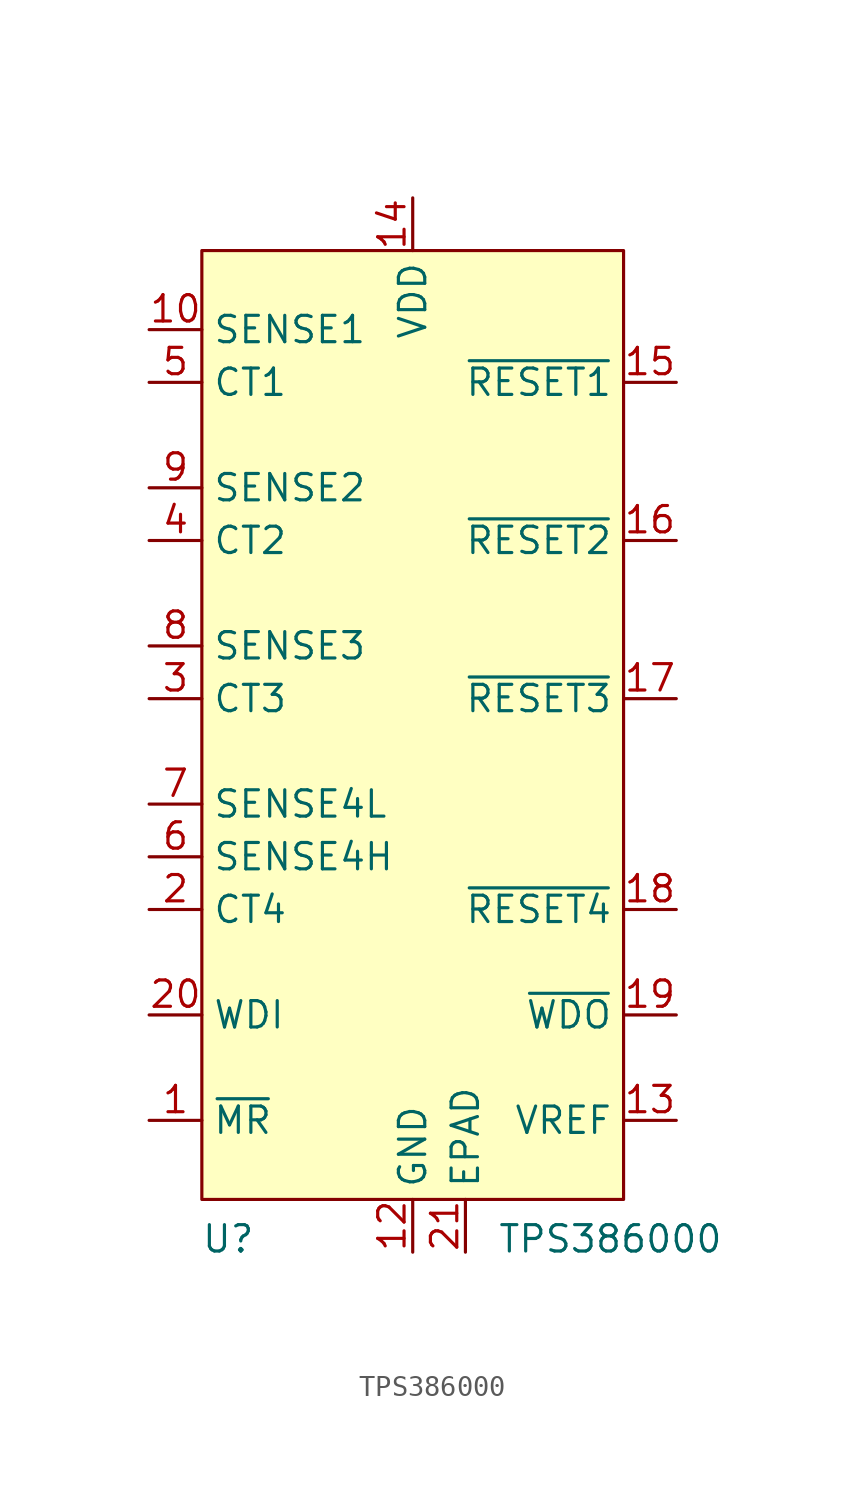
<source format=kicad_sym>
(kicad_symbol_lib
  (version 20231120)
  (generator "kicad_symbol_editor")
  (generator_version "8.0")
  (symbol "TPS386000"
    (property "Reference" "U"
      (at -8.89 -24.765 0)
      (effects (font (size 1.27 1.27))))
    (property "Value" "TPS386000"
      (at 9.525 -24.765 0)
      (effects (font (size 1.27 1.27))))
    (symbol "TPS386000_0_0"
      (pin input line (at -12.7 -19.05 0) (length 2.54) (name "~{MR}" (effects (font (size 1.27 1.27)))) (number "1" (effects (font (size 1.27 1.27)))))
      (pin input line (at -12.7 19.05 0) (length 2.54) (name "SENSE1" (effects (font (size 1.27 1.27)))) (number "10" (effects (font (size 1.27 1.27)))))
      (pin no_connect line (at -2.54 -22.86 90) (length 2.54) hide (name "NC" (effects (font (size 1.27 1.27)))) (number "11" (effects (font (size 1.27 1.27)))))
      (pin power_in line (at 0 -25.4 90) (length 2.54) (name "GND" (effects (font (size 1.27 1.27)))) (number "12" (effects (font (size 1.27 1.27)))))
      (pin output line (at 12.7 -19.05 180) (length 2.54) (name "VREF" (effects (font (size 1.27 1.27)))) (number "13" (effects (font (size 1.27 1.27)))))
      (pin power_in line (at 0 25.4 270) (length 2.54) (name "VDD" (effects (font (size 1.27 1.27)))) (number "14" (effects (font (size 1.27 1.27)))))
      (pin open_collector line (at 12.7 16.51 180) (length 2.54) (name "~{RESET1}" (effects (font (size 1.27 1.27)))) (number "15" (effects (font (size 1.27 1.27)))))
      (pin open_collector line (at 12.7 8.89 180) (length 2.54) (name "~{RESET2}" (effects (font (size 1.27 1.27)))) (number "16" (effects (font (size 1.27 1.27)))))
      (pin open_collector line (at 12.7 1.27 180) (length 2.54) (name "~{RESET3}" (effects (font (size 1.27 1.27)))) (number "17" (effects (font (size 1.27 1.27)))))
      (pin open_collector line (at 12.7 -8.89 180) (length 2.54) (name "~{RESET4}" (effects (font (size 1.27 1.27)))) (number "18" (effects (font (size 1.27 1.27)))))
      (pin open_collector line (at 12.7 -13.97 180) (length 2.54) (name "~{WDO}" (effects (font (size 1.27 1.27)))) (number "19" (effects (font (size 1.27 1.27)))))
      (pin passive line (at -12.7 -8.89 0) (length 2.54) (name "CT4" (effects (font (size 1.27 1.27)))) (number "2" (effects (font (size 1.27 1.27)))))
      (pin input line (at -12.7 -13.97 0) (length 2.54) (name "WDI" (effects (font (size 1.27 1.27)))) (number "20" (effects (font (size 1.27 1.27)))))
      (pin passive line (at 2.54 -25.4 90) (length 2.54) (name "EPAD" (effects (font (size 1.27 1.27)))) (number "21" (effects (font (size 1.27 1.27)))))
      (pin passive line (at -12.7 1.27 0) (length 2.54) (name "CT3" (effects (font (size 1.27 1.27)))) (number "3" (effects (font (size 1.27 1.27)))))
      (pin passive line (at -12.7 8.89 0) (length 2.54) (name "CT2" (effects (font (size 1.27 1.27)))) (number "4" (effects (font (size 1.27 1.27)))))
      (pin passive line (at -12.7 16.51 0) (length 2.54) (name "CT1" (effects (font (size 1.27 1.27)))) (number "5" (effects (font (size 1.27 1.27)))))
      (pin input line (at -12.7 -6.35 0) (length 2.54) (name "SENSE4H" (effects (font (size 1.27 1.27)))) (number "6" (effects (font (size 1.27 1.27)))))
      (pin input line (at -12.7 -3.81 0) (length 2.54) (name "SENSE4L" (effects (font (size 1.27 1.27)))) (number "7" (effects (font (size 1.27 1.27)))))
      (pin input line (at -12.7 3.81 0) (length 2.54) (name "SENSE3" (effects (font (size 1.27 1.27)))) (number "8" (effects (font (size 1.27 1.27)))))
      (pin input line (at -12.7 11.43 0) (length 2.54) (name "SENSE2" (effects (font (size 1.27 1.27)))) (number "9" (effects (font (size 1.27 1.27))))))
    (symbol "TPS386000_1_1"
      (rectangle (start -10.16 22.86) (end 10.16 -22.86) (stroke (width 0) (type default)) (fill (type background))))))
</source>
